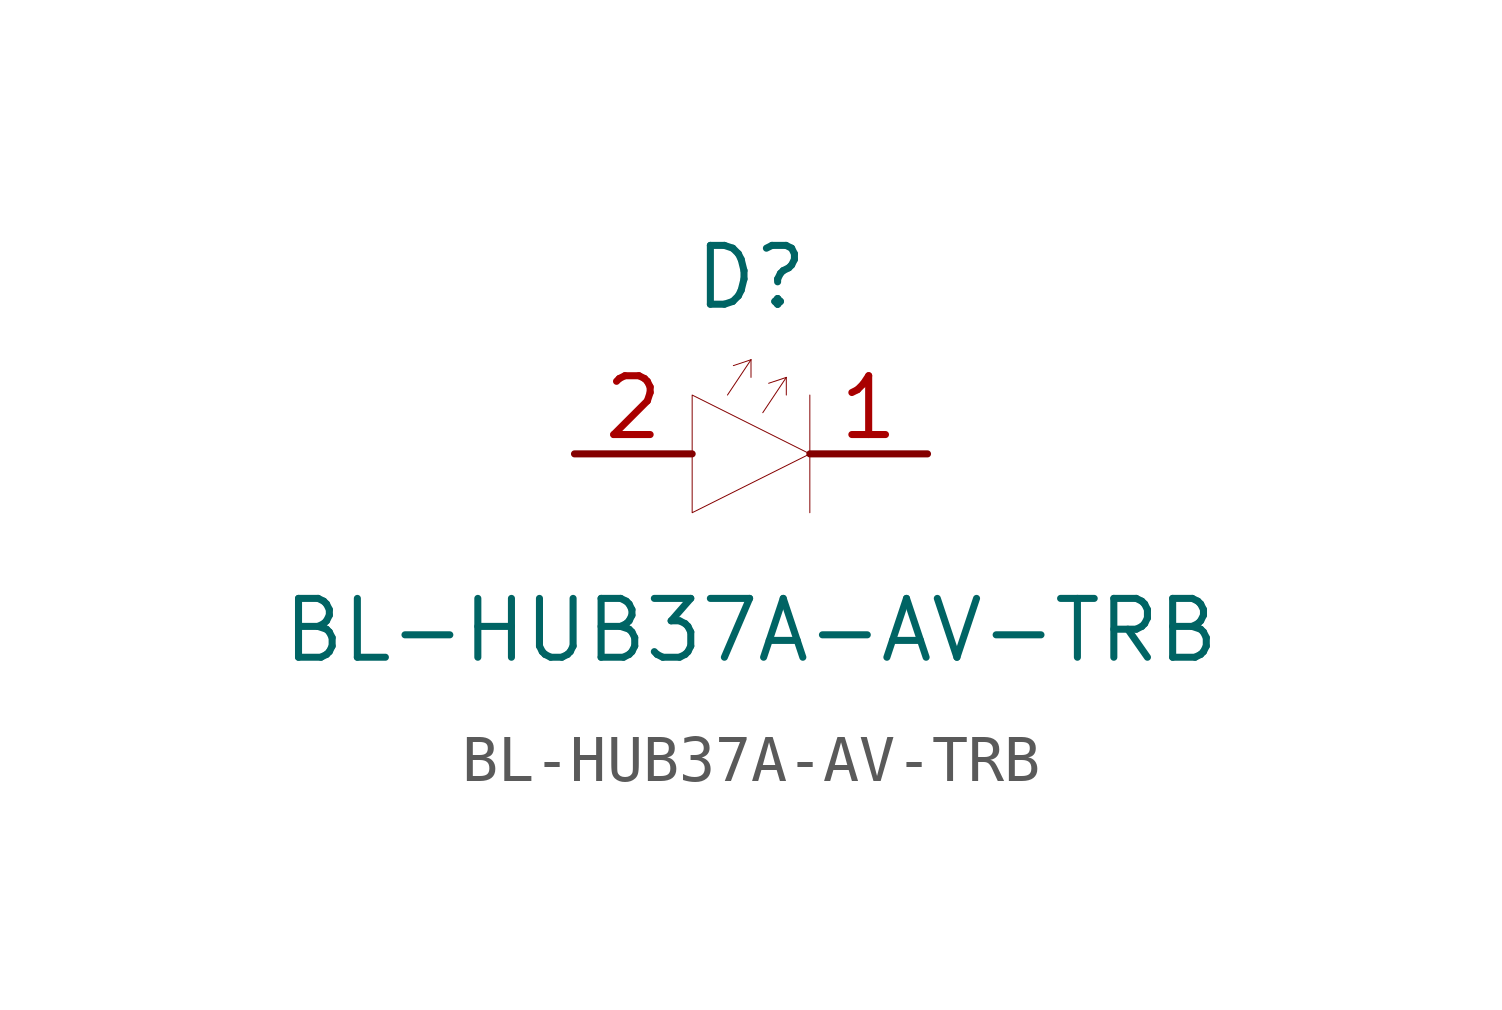
<source format=kicad_sym>
(kicad_symbol_lib
  (version 20200126)
  (host kicad_symbol_editor "(5.99.0-2251-g5226d6b4d)")
  (symbol "BL-HUB37A-AV-TRB:BL-HUB37A-AV-TRB"
    (pin_names hide)
    (property "Reference" "D"
      (at 0 3.81 0)
      (effects (font (size 1.27 1.27))))
    (property "Value" "BL-HUB37A-AV-TRB"
      (at 0 -3.81 0)
      (effects (font (size 1.27 1.27))))
    (symbol "BL-HUB37A-AV-TRB_0_1"
      (polyline (pts (xy -1.27 1.27) (xy -1.27 -1.27) (xy 1.27 0) (xy -1.27 1.27)) (stroke (width 0.001)) (fill (type none)))
      (polyline (pts (xy 1.27 1.27) (xy 1.27 -1.27)) (stroke (width 0.001)) (fill (type none)))
      (polyline (pts (xy -0.508 1.27) (xy 0 2.032)) (stroke (width 0.001)) (fill (type none)))
      (polyline (pts (xy 0 2.032) (xy 0 1.651)) (stroke (width 0.001)) (fill (type none)))
      (polyline (pts (xy 0 2.032) (xy -0.381 1.905)) (stroke (width 0.001)) (fill (type none)))
      (polyline (pts (xy 0.254 0.889) (xy 0.762 1.651)) (stroke (width 0.001)) (fill (type none)))
      (polyline (pts (xy 0.762 1.651) (xy 0.762 1.27)) (stroke (width 0.001)) (fill (type none)))
      (polyline (pts (xy 0.762 1.651) (xy 0.381 1.524)) (stroke (width 0.001)) (fill (type none))))
    (symbol "BL-HUB37A-AV-TRB_0_0"
      (pin output line (at 3.81 0 180) (length 2.54) (name "A" (effects (font (size 1.27 1.27)))) (number "1" (effects (font (size 1.27 1.27)))))
      (pin input line (at -3.81 0 0) (length 2.54) (name "K" (effects (font (size 1.27 1.27)))) (number "2" (effects (font (size 1.27 1.27))))))))
</source>
